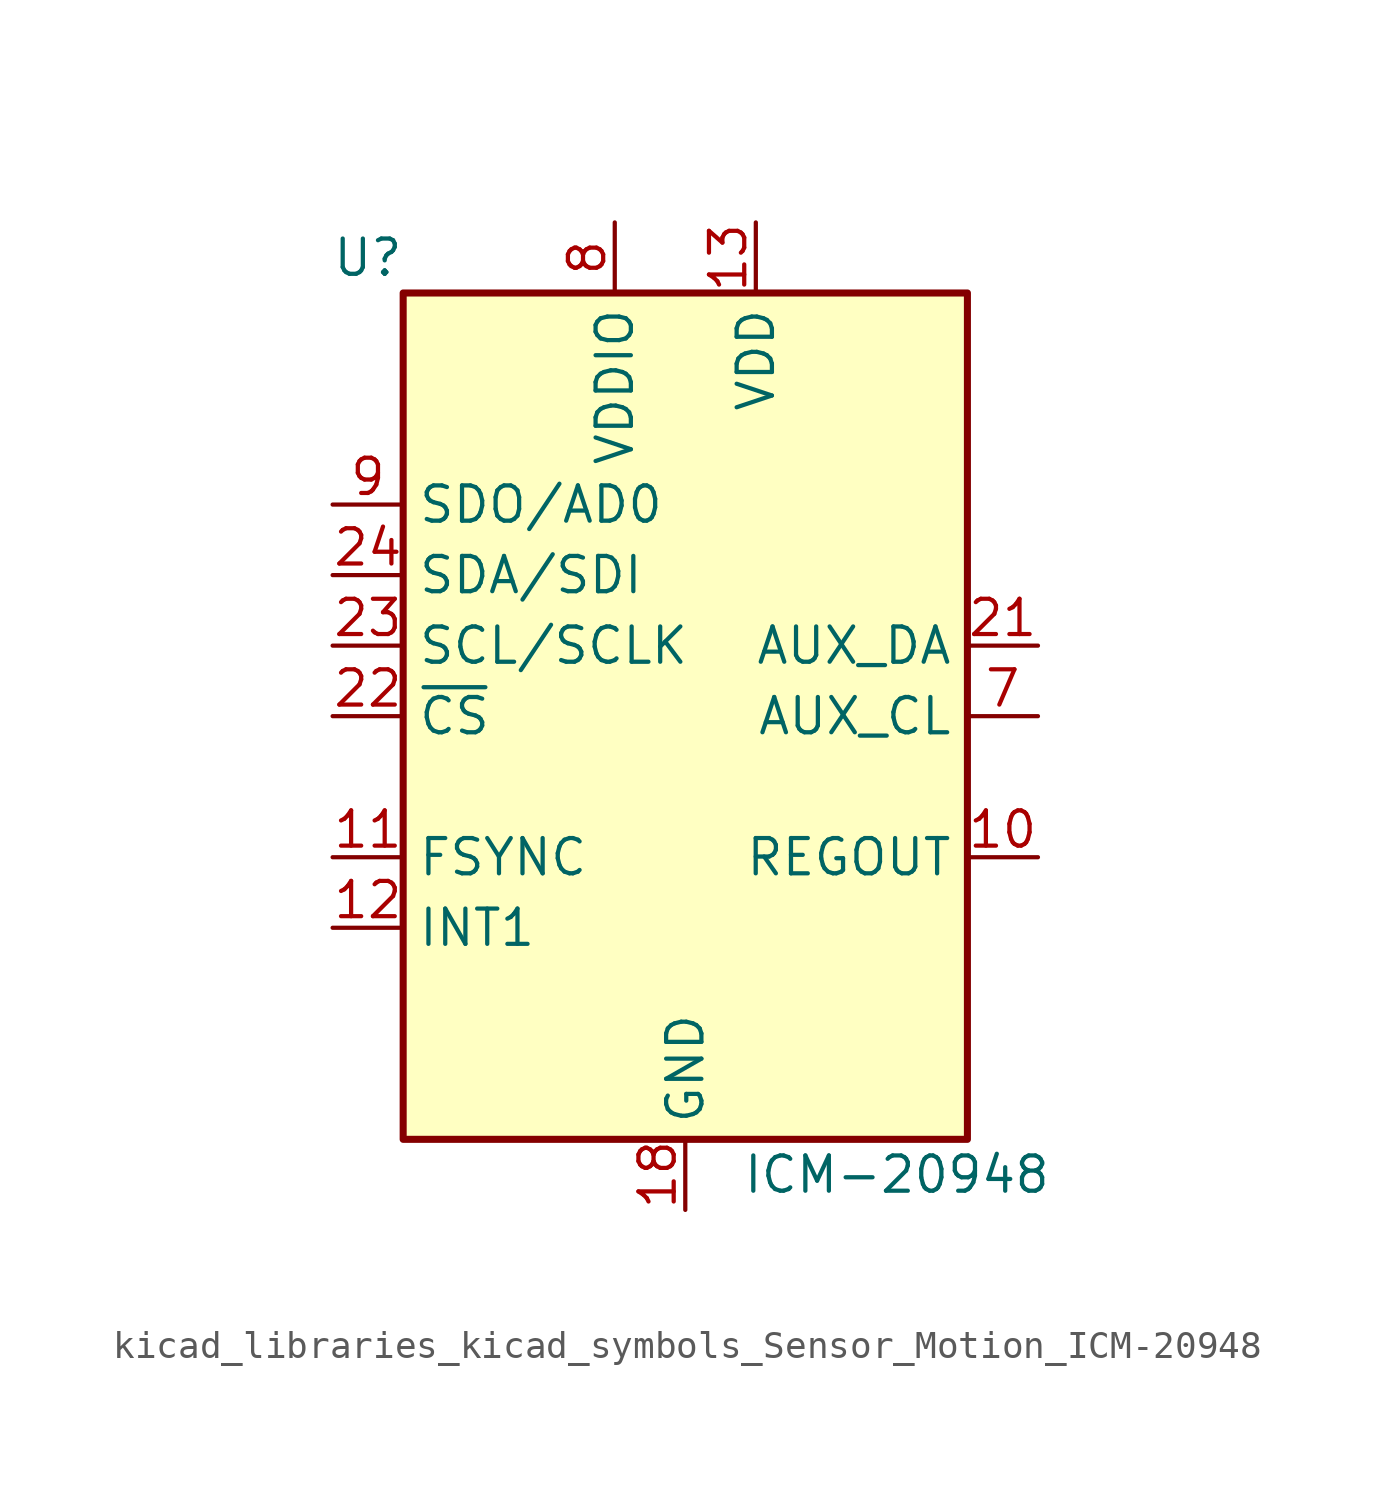
<source format=kicad_sym>
(kicad_symbol_lib
  (version 20220914)
  (generator kicad_symbol_editor)
  (symbol "kicad_libraries_kicad_symbols_Sensor_Motion_ICM-20948"
    (property "Reference" "U"
      (at -11.43 16.51 0)
      (effects (font (size 1.27 1.27))))
    (property "Value" "ICM-20948"
      (at 7.62 -16.51 0)
      (effects (font (size 1.27 1.27))))
    (symbol "kicad_libraries_kicad_symbols_Sensor_Motion_ICM-20948_0_1"
      (rectangle (start -10.16 15.24) (end 10.16 -15.24) (stroke (width 0.254) (type default)) (fill (type background))))
    (symbol "kicad_libraries_kicad_symbols_Sensor_Motion_ICM-20948_1_1"
      (pin no_connect line (at -10.16 12.7 0) (length 2.54) hide (name "NC" (effects (font (size 1.27 1.27)))) (number "1" (effects (font (size 1.27 1.27)))))
      (pin passive line (at 12.7 -5.08 180) (length 2.54) (name "REGOUT" (effects (font (size 1.27 1.27)))) (number "10" (effects (font (size 1.27 1.27)))))
      (pin input line (at -12.7 -5.08 0) (length 2.54) (name "FSYNC" (effects (font (size 1.27 1.27)))) (number "11" (effects (font (size 1.27 1.27)))))
      (pin output line (at -12.7 -7.62 0) (length 2.54) (name "INT1" (effects (font (size 1.27 1.27)))) (number "12" (effects (font (size 1.27 1.27)))))
      (pin power_in line (at 2.54 17.78 270) (length 2.54) (name "VDD" (effects (font (size 1.27 1.27)))) (number "13" (effects (font (size 1.27 1.27)))))
      (pin no_connect line (at 10.16 7.62 180) (length 2.54) hide (name "NC" (effects (font (size 1.27 1.27)))) (number "14" (effects (font (size 1.27 1.27)))))
      (pin no_connect line (at 10.16 5.08 180) (length 2.54) hide (name "NC" (effects (font (size 1.27 1.27)))) (number "15" (effects (font (size 1.27 1.27)))))
      (pin no_connect line (at 10.16 -7.62 180) (length 2.54) hide (name "NC" (effects (font (size 1.27 1.27)))) (number "16" (effects (font (size 1.27 1.27)))))
      (pin no_connect line (at 10.16 -10.16 180) (length 2.54) hide (name "NC" (effects (font (size 1.27 1.27)))) (number "17" (effects (font (size 1.27 1.27)))))
      (pin power_in line (at 0 -17.78 90) (length 2.54) (name "GND" (effects (font (size 1.27 1.27)))) (number "18" (effects (font (size 1.27 1.27)))))
      (pin no_connect line (at 10.16 -12.7 180) (length 2.54) hide (name "RESV" (effects (font (size 1.27 1.27)))) (number "19" (effects (font (size 1.27 1.27)))))
      (pin no_connect line (at -10.16 10.16 0) (length 2.54) hide (name "NC" (effects (font (size 1.27 1.27)))) (number "2" (effects (font (size 1.27 1.27)))))
      (pin passive line (at 0 -17.78 90) (length 2.54) hide (name "GND" (effects (font (size 1.27 1.27)))) (number "20" (effects (font (size 1.27 1.27)))))
      (pin bidirectional line (at 12.7 2.54 180) (length 2.54) (name "AUX_DA" (effects (font (size 1.27 1.27)))) (number "21" (effects (font (size 1.27 1.27)))))
      (pin input line (at -12.7 0 0) (length 2.54) (name "~{CS}" (effects (font (size 1.27 1.27)))) (number "22" (effects (font (size 1.27 1.27)))))
      (pin input line (at -12.7 2.54 0) (length 2.54) (name "SCL/SCLK" (effects (font (size 1.27 1.27)))) (number "23" (effects (font (size 1.27 1.27)))))
      (pin bidirectional line (at -12.7 5.08 0) (length 2.54) (name "SDA/SDI" (effects (font (size 1.27 1.27)))) (number "24" (effects (font (size 1.27 1.27)))))
      (pin no_connect line (at -10.16 -2.54 0) (length 2.54) hide (name "NC" (effects (font (size 1.27 1.27)))) (number "3" (effects (font (size 1.27 1.27)))))
      (pin no_connect line (at -10.16 -10.16 0) (length 2.54) hide (name "NC" (effects (font (size 1.27 1.27)))) (number "4" (effects (font (size 1.27 1.27)))))
      (pin no_connect line (at -10.16 -12.7 0) (length 2.54) hide (name "NC" (effects (font (size 1.27 1.27)))) (number "5" (effects (font (size 1.27 1.27)))))
      (pin no_connect line (at 10.16 10.16 180) (length 2.54) hide (name "NC" (effects (font (size 1.27 1.27)))) (number "6" (effects (font (size 1.27 1.27)))))
      (pin output line (at 12.7 0 180) (length 2.54) (name "AUX_CL" (effects (font (size 1.27 1.27)))) (number "7" (effects (font (size 1.27 1.27)))))
      (pin power_in line (at -2.54 17.78 270) (length 2.54) (name "VDDIO" (effects (font (size 1.27 1.27)))) (number "8" (effects (font (size 1.27 1.27)))))
      (pin bidirectional line (at -12.7 7.62 0) (length 2.54) (name "SDO/AD0" (effects (font (size 1.27 1.27)))) (number "9" (effects (font (size 1.27 1.27))))))))
</source>
